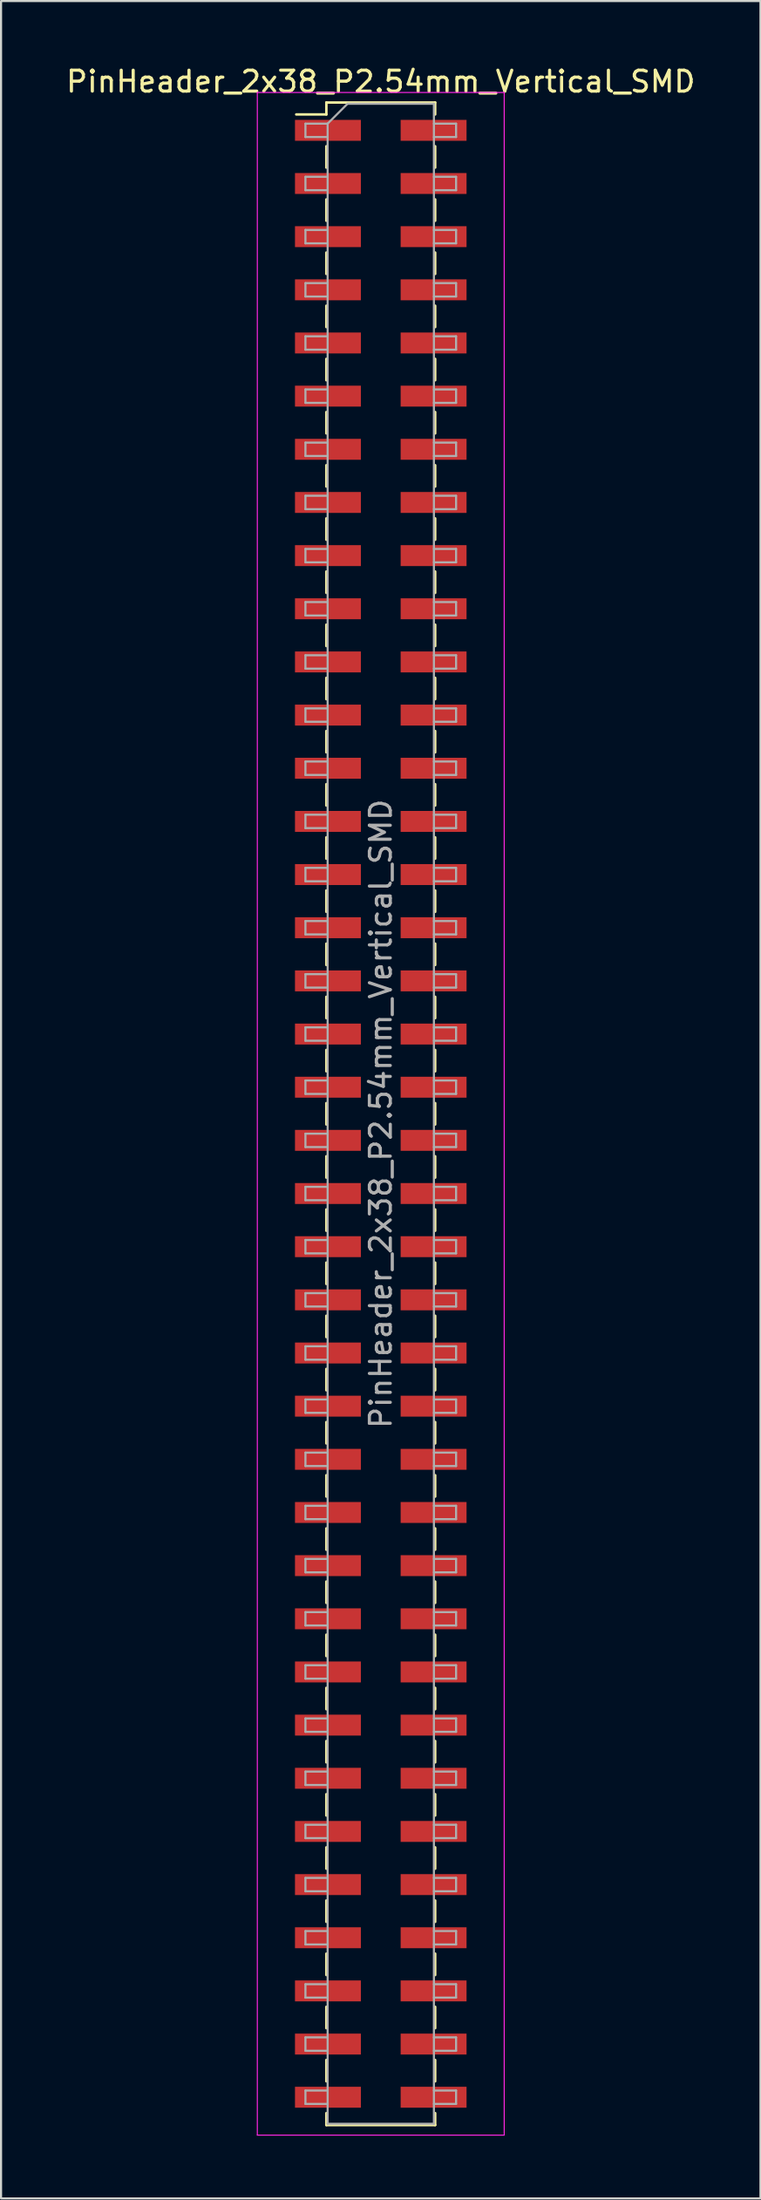
<source format=kicad_pcb>
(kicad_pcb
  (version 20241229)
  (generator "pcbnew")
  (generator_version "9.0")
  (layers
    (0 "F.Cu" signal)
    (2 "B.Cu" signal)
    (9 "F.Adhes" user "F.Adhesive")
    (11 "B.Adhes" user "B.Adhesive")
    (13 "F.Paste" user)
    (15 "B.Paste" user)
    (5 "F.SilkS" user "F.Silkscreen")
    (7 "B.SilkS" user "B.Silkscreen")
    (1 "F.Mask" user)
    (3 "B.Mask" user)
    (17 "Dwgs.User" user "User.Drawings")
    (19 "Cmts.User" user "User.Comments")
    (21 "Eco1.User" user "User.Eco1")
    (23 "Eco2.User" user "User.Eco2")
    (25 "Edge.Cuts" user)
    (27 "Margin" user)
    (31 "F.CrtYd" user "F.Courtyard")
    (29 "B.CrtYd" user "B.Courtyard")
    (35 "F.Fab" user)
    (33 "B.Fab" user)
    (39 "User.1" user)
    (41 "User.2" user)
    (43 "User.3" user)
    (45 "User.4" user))
  (footprint "PinHeader_2x38_P2.54mm_Vertical_SMD"
    (layer "F.Cu")
    (at 15.149 50.168)
    (property "Reference" "PinHeader_2x38_P2.54mm_Vertical_SMD" (at 0 -49.32 0) (layer "F.SilkS") (effects (font (size 1 1) (thickness 0.15))))
    (attr smd)
    (fp_line (start -4.04 -47.75) (end -2.6 -47.75) (stroke (width 0.12) (type solid)) (layer "F.SilkS"))
    (fp_line (start -2.6 -48.32) (end -2.6 -47.75) (stroke (width 0.12) (type solid)) (layer "F.SilkS"))
    (fp_line (start -2.6 -48.32) (end 2.6 -48.32) (stroke (width 0.12) (type solid)) (layer "F.SilkS"))
    (fp_line (start -2.6 -46.23) (end -2.6 -45.21) (stroke (width 0.12) (type solid)) (layer "F.SilkS"))
    (fp_line (start -2.6 -43.69) (end -2.6 -42.67) (stroke (width 0.12) (type solid)) (layer "F.SilkS"))
    (fp_line (start -2.6 -41.15) (end -2.6 -40.13) (stroke (width 0.12) (type solid)) (layer "F.SilkS"))
    (fp_line (start -2.6 -38.61) (end -2.6 -37.59) (stroke (width 0.12) (type solid)) (layer "F.SilkS"))
    (fp_line (start -2.6 -36.07) (end -2.6 -35.05) (stroke (width 0.12) (type solid)) (layer "F.SilkS"))
    (fp_line (start -2.6 -33.53) (end -2.6 -32.51) (stroke (width 0.12) (type solid)) (layer "F.SilkS"))
    (fp_line (start -2.6 -30.99) (end -2.6 -29.97) (stroke (width 0.12) (type solid)) (layer "F.SilkS"))
    (fp_line (start -2.6 -28.45) (end -2.6 -27.43) (stroke (width 0.12) (type solid)) (layer "F.SilkS"))
    (fp_line (start -2.6 -25.91) (end -2.6 -24.89) (stroke (width 0.12) (type solid)) (layer "F.SilkS"))
    (fp_line (start -2.6 -23.37) (end -2.6 -22.35) (stroke (width 0.12) (type solid)) (layer "F.SilkS"))
    (fp_line (start -2.6 -20.83) (end -2.6 -19.81) (stroke (width 0.12) (type solid)) (layer "F.SilkS"))
    (fp_line (start -2.6 -18.29) (end -2.6 -17.27) (stroke (width 0.12) (type solid)) (layer "F.SilkS"))
    (fp_line (start -2.6 -15.75) (end -2.6 -14.73) (stroke (width 0.12) (type solid)) (layer "F.SilkS"))
    (fp_line (start -2.6 -13.21) (end -2.6 -12.19) (stroke (width 0.12) (type solid)) (layer "F.SilkS"))
    (fp_line (start -2.6 -10.67) (end -2.6 -9.65) (stroke (width 0.12) (type solid)) (layer "F.SilkS"))
    (fp_line (start -2.6 -8.13) (end -2.6 -7.11) (stroke (width 0.12) (type solid)) (layer "F.SilkS"))
    (fp_line (start -2.6 -5.59) (end -2.6 -4.57) (stroke (width 0.12) (type solid)) (layer "F.SilkS"))
    (fp_line (start -2.6 -3.05) (end -2.6 -2.03) (stroke (width 0.12) (type solid)) (layer "F.SilkS"))
    (fp_line (start -2.6 -0.51) (end -2.6 0.51) (stroke (width 0.12) (type solid)) (layer "F.SilkS"))
    (fp_line (start -2.6 2.03) (end -2.6 3.05) (stroke (width 0.12) (type solid)) (layer "F.SilkS"))
    (fp_line (start -2.6 4.57) (end -2.6 5.59) (stroke (width 0.12) (type solid)) (layer "F.SilkS"))
    (fp_line (start -2.6 7.11) (end -2.6 8.13) (stroke (width 0.12) (type solid)) (layer "F.SilkS"))
    (fp_line (start -2.6 9.65) (end -2.6 10.67) (stroke (width 0.12) (type solid)) (layer "F.SilkS"))
    (fp_line (start -2.6 12.19) (end -2.6 13.21) (stroke (width 0.12) (type solid)) (layer "F.SilkS"))
    (fp_line (start -2.6 14.73) (end -2.6 15.75) (stroke (width 0.12) (type solid)) (layer "F.SilkS"))
    (fp_line (start -2.6 17.27) (end -2.6 18.29) (stroke (width 0.12) (type solid)) (layer "F.SilkS"))
    (fp_line (start -2.6 19.81) (end -2.6 20.83) (stroke (width 0.12) (type solid)) (layer "F.SilkS"))
    (fp_line (start -2.6 22.35) (end -2.6 23.37) (stroke (width 0.12) (type solid)) (layer "F.SilkS"))
    (fp_line (start -2.6 24.89) (end -2.6 25.91) (stroke (width 0.12) (type solid)) (layer "F.SilkS"))
    (fp_line (start -2.6 27.43) (end -2.6 28.45) (stroke (width 0.12) (type solid)) (layer "F.SilkS"))
    (fp_line (start -2.6 29.97) (end -2.6 30.99) (stroke (width 0.12) (type solid)) (layer "F.SilkS"))
    (fp_line (start -2.6 32.51) (end -2.6 33.53) (stroke (width 0.12) (type solid)) (layer "F.SilkS"))
    (fp_line (start -2.6 35.05) (end -2.6 36.07) (stroke (width 0.12) (type solid)) (layer "F.SilkS"))
    (fp_line (start -2.6 37.59) (end -2.6 38.61) (stroke (width 0.12) (type solid)) (layer "F.SilkS"))
    (fp_line (start -2.6 40.13) (end -2.6 41.15) (stroke (width 0.12) (type solid)) (layer "F.SilkS"))
    (fp_line (start -2.6 42.67) (end -2.6 43.69) (stroke (width 0.12) (type solid)) (layer "F.SilkS"))
    (fp_line (start -2.6 45.21) (end -2.6 46.23) (stroke (width 0.12) (type solid)) (layer "F.SilkS"))
    (fp_line (start -2.6 47.75) (end -2.6 48.32) (stroke (width 0.12) (type solid)) (layer "F.SilkS"))
    (fp_line (start -2.6 48.32) (end 2.6 48.32) (stroke (width 0.12) (type solid)) (layer "F.SilkS"))
    (fp_line (start 2.6 -48.32) (end 2.6 -47.75) (stroke (width 0.12) (type solid)) (layer "F.SilkS"))
    (fp_line (start 2.6 -46.23) (end 2.6 -45.21) (stroke (width 0.12) (type solid)) (layer "F.SilkS"))
    (fp_line (start 2.6 -43.69) (end 2.6 -42.67) (stroke (width 0.12) (type solid)) (layer "F.SilkS"))
    (fp_line (start 2.6 -41.15) (end 2.6 -40.13) (stroke (width 0.12) (type solid)) (layer "F.SilkS"))
    (fp_line (start 2.6 -38.61) (end 2.6 -37.59) (stroke (width 0.12) (type solid)) (layer "F.SilkS"))
    (fp_line (start 2.6 -36.07) (end 2.6 -35.05) (stroke (width 0.12) (type solid)) (layer "F.SilkS"))
    (fp_line (start 2.6 -33.53) (end 2.6 -32.51) (stroke (width 0.12) (type solid)) (layer "F.SilkS"))
    (fp_line (start 2.6 -30.99) (end 2.6 -29.97) (stroke (width 0.12) (type solid)) (layer "F.SilkS"))
    (fp_line (start 2.6 -28.45) (end 2.6 -27.43) (stroke (width 0.12) (type solid)) (layer "F.SilkS"))
    (fp_line (start 2.6 -25.91) (end 2.6 -24.89) (stroke (width 0.12) (type solid)) (layer "F.SilkS"))
    (fp_line (start 2.6 -23.37) (end 2.6 -22.35) (stroke (width 0.12) (type solid)) (layer "F.SilkS"))
    (fp_line (start 2.6 -20.83) (end 2.6 -19.81) (stroke (width 0.12) (type solid)) (layer "F.SilkS"))
    (fp_line (start 2.6 -18.29) (end 2.6 -17.27) (stroke (width 0.12) (type solid)) (layer "F.SilkS"))
    (fp_line (start 2.6 -15.75) (end 2.6 -14.73) (stroke (width 0.12) (type solid)) (layer "F.SilkS"))
    (fp_line (start 2.6 -13.21) (end 2.6 -12.19) (stroke (width 0.12) (type solid)) (layer "F.SilkS"))
    (fp_line (start 2.6 -10.67) (end 2.6 -9.65) (stroke (width 0.12) (type solid)) (layer "F.SilkS"))
    (fp_line (start 2.6 -8.13) (end 2.6 -7.11) (stroke (width 0.12) (type solid)) (layer "F.SilkS"))
    (fp_line (start 2.6 -5.59) (end 2.6 -4.57) (stroke (width 0.12) (type solid)) (layer "F.SilkS"))
    (fp_line (start 2.6 -3.05) (end 2.6 -2.03) (stroke (width 0.12) (type solid)) (layer "F.SilkS"))
    (fp_line (start 2.6 -0.51) (end 2.6 0.51) (stroke (width 0.12) (type solid)) (layer "F.SilkS"))
    (fp_line (start 2.6 2.03) (end 2.6 3.05) (stroke (width 0.12) (type solid)) (layer "F.SilkS"))
    (fp_line (start 2.6 4.57) (end 2.6 5.59) (stroke (width 0.12) (type solid)) (layer "F.SilkS"))
    (fp_line (start 2.6 7.11) (end 2.6 8.13) (stroke (width 0.12) (type solid)) (layer "F.SilkS"))
    (fp_line (start 2.6 9.65) (end 2.6 10.67) (stroke (width 0.12) (type solid)) (layer "F.SilkS"))
    (fp_line (start 2.6 12.19) (end 2.6 13.21) (stroke (width 0.12) (type solid)) (layer "F.SilkS"))
    (fp_line (start 2.6 14.73) (end 2.6 15.75) (stroke (width 0.12) (type solid)) (layer "F.SilkS"))
    (fp_line (start 2.6 17.27) (end 2.6 18.29) (stroke (width 0.12) (type solid)) (layer "F.SilkS"))
    (fp_line (start 2.6 19.81) (end 2.6 20.83) (stroke (width 0.12) (type solid)) (layer "F.SilkS"))
    (fp_line (start 2.6 22.35) (end 2.6 23.37) (stroke (width 0.12) (type solid)) (layer "F.SilkS"))
    (fp_line (start 2.6 24.89) (end 2.6 25.91) (stroke (width 0.12) (type solid)) (layer "F.SilkS"))
    (fp_line (start 2.6 27.43) (end 2.6 28.45) (stroke (width 0.12) (type solid)) (layer "F.SilkS"))
    (fp_line (start 2.6 29.97) (end 2.6 30.99) (stroke (width 0.12) (type solid)) (layer "F.SilkS"))
    (fp_line (start 2.6 32.51) (end 2.6 33.53) (stroke (width 0.12) (type solid)) (layer "F.SilkS"))
    (fp_line (start 2.6 35.05) (end 2.6 36.07) (stroke (width 0.12) (type solid)) (layer "F.SilkS"))
    (fp_line (start 2.6 37.59) (end 2.6 38.61) (stroke (width 0.12) (type solid)) (layer "F.SilkS"))
    (fp_line (start 2.6 40.13) (end 2.6 41.15) (stroke (width 0.12) (type solid)) (layer "F.SilkS"))
    (fp_line (start 2.6 42.67) (end 2.6 43.69) (stroke (width 0.12) (type solid)) (layer "F.SilkS"))
    (fp_line (start 2.6 45.21) (end 2.6 46.23) (stroke (width 0.12) (type solid)) (layer "F.SilkS"))
    (fp_line (start 2.6 47.75) (end 2.6 48.32) (stroke (width 0.12) (type solid)) (layer "F.SilkS"))
    (fp_line (start -5.9 -48.8) (end -5.9 48.8) (stroke (width 0.05) (type solid)) (layer "F.CrtYd"))
    (fp_line (start -5.9 48.8) (end 5.9 48.8) (stroke (width 0.05) (type solid)) (layer "F.CrtYd"))
    (fp_line (start 5.9 -48.8) (end -5.9 -48.8) (stroke (width 0.05) (type solid)) (layer "F.CrtYd"))
    (fp_line (start 5.9 48.8) (end 5.9 -48.8) (stroke (width 0.05) (type solid)) (layer "F.CrtYd"))
    (fp_line (start -3.6 -47.31) (end -3.6 -46.67) (stroke (width 0.1) (type solid)) (layer "F.Fab"))
    (fp_line (start -3.6 -46.67) (end -2.54 -46.67) (stroke (width 0.1) (type solid)) (layer "F.Fab"))
    (fp_line (start -3.6 -44.77) (end -3.6 -44.13) (stroke (width 0.1) (type solid)) (layer "F.Fab"))
    (fp_line (start -3.6 -44.13) (end -2.54 -44.13) (stroke (width 0.1) (type solid)) (layer "F.Fab"))
    (fp_line (start -3.6 -42.23) (end -3.6 -41.59) (stroke (width 0.1) (type solid)) (layer "F.Fab"))
    (fp_line (start -3.6 -41.59) (end -2.54 -41.59) (stroke (width 0.1) (type solid)) (layer "F.Fab"))
    (fp_line (start -3.6 -39.69) (end -3.6 -39.05) (stroke (width 0.1) (type solid)) (layer "F.Fab"))
    (fp_line (start -3.6 -39.05) (end -2.54 -39.05) (stroke (width 0.1) (type solid)) (layer "F.Fab"))
    (fp_line (start -3.6 -37.15) (end -3.6 -36.51) (stroke (width 0.1) (type solid)) (layer "F.Fab"))
    (fp_line (start -3.6 -36.51) (end -2.54 -36.51) (stroke (width 0.1) (type solid)) (layer "F.Fab"))
    (fp_line (start -3.6 -34.61) (end -3.6 -33.97) (stroke (width 0.1) (type solid)) (layer "F.Fab"))
    (fp_line (start -3.6 -33.97) (end -2.54 -33.97) (stroke (width 0.1) (type solid)) (layer "F.Fab"))
    (fp_line (start -3.6 -32.07) (end -3.6 -31.43) (stroke (width 0.1) (type solid)) (layer "F.Fab"))
    (fp_line (start -3.6 -31.43) (end -2.54 -31.43) (stroke (width 0.1) (type solid)) (layer "F.Fab"))
    (fp_line (start -3.6 -29.53) (end -3.6 -28.89) (stroke (width 0.1) (type solid)) (layer "F.Fab"))
    (fp_line (start -3.6 -28.89) (end -2.54 -28.89) (stroke (width 0.1) (type solid)) (layer "F.Fab"))
    (fp_line (start -3.6 -26.99) (end -3.6 -26.35) (stroke (width 0.1) (type solid)) (layer "F.Fab"))
    (fp_line (start -3.6 -26.35) (end -2.54 -26.35) (stroke (width 0.1) (type solid)) (layer "F.Fab"))
    (fp_line (start -3.6 -24.45) (end -3.6 -23.81) (stroke (width 0.1) (type solid)) (layer "F.Fab"))
    (fp_line (start -3.6 -23.81) (end -2.54 -23.81) (stroke (width 0.1) (type solid)) (layer "F.Fab"))
    (fp_line (start -3.6 -21.91) (end -3.6 -21.27) (stroke (width 0.1) (type solid)) (layer "F.Fab"))
    (fp_line (start -3.6 -21.27) (end -2.54 -21.27) (stroke (width 0.1) (type solid)) (layer "F.Fab"))
    (fp_line (start -3.6 -19.37) (end -3.6 -18.73) (stroke (width 0.1) (type solid)) (layer "F.Fab"))
    (fp_line (start -3.6 -18.73) (end -2.54 -18.73) (stroke (width 0.1) (type solid)) (layer "F.Fab"))
    (fp_line (start -3.6 -16.83) (end -3.6 -16.19) (stroke (width 0.1) (type solid)) (layer "F.Fab"))
    (fp_line (start -3.6 -16.19) (end -2.54 -16.19) (stroke (width 0.1) (type solid)) (layer "F.Fab"))
    (fp_line (start -3.6 -14.29) (end -3.6 -13.65) (stroke (width 0.1) (type solid)) (layer "F.Fab"))
    (fp_line (start -3.6 -13.65) (end -2.54 -13.65) (stroke (width 0.1) (type solid)) (layer "F.Fab"))
    (fp_line (start -3.6 -11.75) (end -3.6 -11.11) (stroke (width 0.1) (type solid)) (layer "F.Fab"))
    (fp_line (start -3.6 -11.11) (end -2.54 -11.11) (stroke (width 0.1) (type solid)) (layer "F.Fab"))
    (fp_line (start -3.6 -9.21) (end -3.6 -8.57) (stroke (width 0.1) (type solid)) (layer "F.Fab"))
    (fp_line (start -3.6 -8.57) (end -2.54 -8.57) (stroke (width 0.1) (type solid)) (layer "F.Fab"))
    (fp_line (start -3.6 -6.67) (end -3.6 -6.03) (stroke (width 0.1) (type solid)) (layer "F.Fab"))
    (fp_line (start -3.6 -6.03) (end -2.54 -6.03) (stroke (width 0.1) (type solid)) (layer "F.Fab"))
    (fp_line (start -3.6 -4.13) (end -3.6 -3.49) (stroke (width 0.1) (type solid)) (layer "F.Fab"))
    (fp_line (start -3.6 -3.49) (end -2.54 -3.49) (stroke (width 0.1) (type solid)) (layer "F.Fab"))
    (fp_line (start -3.6 -1.59) (end -3.6 -0.95) (stroke (width 0.1) (type solid)) (layer "F.Fab"))
    (fp_line (start -3.6 -0.95) (end -2.54 -0.95) (stroke (width 0.1) (type solid)) (layer "F.Fab"))
    (fp_line (start -3.6 0.95) (end -3.6 1.59) (stroke (width 0.1) (type solid)) (layer "F.Fab"))
    (fp_line (start -3.6 1.59) (end -2.54 1.59) (stroke (width 0.1) (type solid)) (layer "F.Fab"))
    (fp_line (start -3.6 3.49) (end -3.6 4.13) (stroke (width 0.1) (type solid)) (layer "F.Fab"))
    (fp_line (start -3.6 4.13) (end -2.54 4.13) (stroke (width 0.1) (type solid)) (layer "F.Fab"))
    (fp_line (start -3.6 6.03) (end -3.6 6.67) (stroke (width 0.1) (type solid)) (layer "F.Fab"))
    (fp_line (start -3.6 6.67) (end -2.54 6.67) (stroke (width 0.1) (type solid)) (layer "F.Fab"))
    (fp_line (start -3.6 8.57) (end -3.6 9.21) (stroke (width 0.1) (type solid)) (layer "F.Fab"))
    (fp_line (start -3.6 9.21) (end -2.54 9.21) (stroke (width 0.1) (type solid)) (layer "F.Fab"))
    (fp_line (start -3.6 11.11) (end -3.6 11.75) (stroke (width 0.1) (type solid)) (layer "F.Fab"))
    (fp_line (start -3.6 11.75) (end -2.54 11.75) (stroke (width 0.1) (type solid)) (layer "F.Fab"))
    (fp_line (start -3.6 13.65) (end -3.6 14.29) (stroke (width 0.1) (type solid)) (layer "F.Fab"))
    (fp_line (start -3.6 14.29) (end -2.54 14.29) (stroke (width 0.1) (type solid)) (layer "F.Fab"))
    (fp_line (start -3.6 16.19) (end -3.6 16.83) (stroke (width 0.1) (type solid)) (layer "F.Fab"))
    (fp_line (start -3.6 16.83) (end -2.54 16.83) (stroke (width 0.1) (type solid)) (layer "F.Fab"))
    (fp_line (start -3.6 18.73) (end -3.6 19.37) (stroke (width 0.1) (type solid)) (layer "F.Fab"))
    (fp_line (start -3.6 19.37) (end -2.54 19.37) (stroke (width 0.1) (type solid)) (layer "F.Fab"))
    (fp_line (start -3.6 21.27) (end -3.6 21.91) (stroke (width 0.1) (type solid)) (layer "F.Fab"))
    (fp_line (start -3.6 21.91) (end -2.54 21.91) (stroke (width 0.1) (type solid)) (layer "F.Fab"))
    (fp_line (start -3.6 23.81) (end -3.6 24.45) (stroke (width 0.1) (type solid)) (layer "F.Fab"))
    (fp_line (start -3.6 24.45) (end -2.54 24.45) (stroke (width 0.1) (type solid)) (layer "F.Fab"))
    (fp_line (start -3.6 26.35) (end -3.6 26.99) (stroke (width 0.1) (type solid)) (layer "F.Fab"))
    (fp_line (start -3.6 26.99) (end -2.54 26.99) (stroke (width 0.1) (type solid)) (layer "F.Fab"))
    (fp_line (start -3.6 28.89) (end -3.6 29.53) (stroke (width 0.1) (type solid)) (layer "F.Fab"))
    (fp_line (start -3.6 29.53) (end -2.54 29.53) (stroke (width 0.1) (type solid)) (layer "F.Fab"))
    (fp_line (start -3.6 31.43) (end -3.6 32.07) (stroke (width 0.1) (type solid)) (layer "F.Fab"))
    (fp_line (start -3.6 32.07) (end -2.54 32.07) (stroke (width 0.1) (type solid)) (layer "F.Fab"))
    (fp_line (start -3.6 33.97) (end -3.6 34.61) (stroke (width 0.1) (type solid)) (layer "F.Fab"))
    (fp_line (start -3.6 34.61) (end -2.54 34.61) (stroke (width 0.1) (type solid)) (layer "F.Fab"))
    (fp_line (start -3.6 36.51) (end -3.6 37.15) (stroke (width 0.1) (type solid)) (layer "F.Fab"))
    (fp_line (start -3.6 37.15) (end -2.54 37.15) (stroke (width 0.1) (type solid)) (layer "F.Fab"))
    (fp_line (start -3.6 39.05) (end -3.6 39.69) (stroke (width 0.1) (type solid)) (layer "F.Fab"))
    (fp_line (start -3.6 39.69) (end -2.54 39.69) (stroke (width 0.1) (type solid)) (layer "F.Fab"))
    (fp_line (start -3.6 41.59) (end -3.6 42.23) (stroke (width 0.1) (type solid)) (layer "F.Fab"))
    (fp_line (start -3.6 42.23) (end -2.54 42.23) (stroke (width 0.1) (type solid)) (layer "F.Fab"))
    (fp_line (start -3.6 44.13) (end -3.6 44.77) (stroke (width 0.1) (type solid)) (layer "F.Fab"))
    (fp_line (start -3.6 44.77) (end -2.54 44.77) (stroke (width 0.1) (type solid)) (layer "F.Fab"))
    (fp_line (start -3.6 46.67) (end -3.6 47.31) (stroke (width 0.1) (type solid)) (layer "F.Fab"))
    (fp_line (start -3.6 47.31) (end -2.54 47.31) (stroke (width 0.1) (type solid)) (layer "F.Fab"))
    (fp_line (start -2.54 -47.31) (end -3.6 -47.31) (stroke (width 0.1) (type solid)) (layer "F.Fab"))
    (fp_line (start -2.54 -47.31) (end -1.59 -48.26) (stroke (width 0.1) (type solid)) (layer "F.Fab"))
    (fp_line (start -2.54 -44.77) (end -3.6 -44.77) (stroke (width 0.1) (type solid)) (layer "F.Fab"))
    (fp_line (start -2.54 -42.23) (end -3.6 -42.23) (stroke (width 0.1) (type solid)) (layer "F.Fab"))
    (fp_line (start -2.54 -39.69) (end -3.6 -39.69) (stroke (width 0.1) (type solid)) (layer "F.Fab"))
    (fp_line (start -2.54 -37.15) (end -3.6 -37.15) (stroke (width 0.1) (type solid)) (layer "F.Fab"))
    (fp_line (start -2.54 -34.61) (end -3.6 -34.61) (stroke (width 0.1) (type solid)) (layer "F.Fab"))
    (fp_line (start -2.54 -32.07) (end -3.6 -32.07) (stroke (width 0.1) (type solid)) (layer "F.Fab"))
    (fp_line (start -2.54 -29.53) (end -3.6 -29.53) (stroke (width 0.1) (type solid)) (layer "F.Fab"))
    (fp_line (start -2.54 -26.99) (end -3.6 -26.99) (stroke (width 0.1) (type solid)) (layer "F.Fab"))
    (fp_line (start -2.54 -24.45) (end -3.6 -24.45) (stroke (width 0.1) (type solid)) (layer "F.Fab"))
    (fp_line (start -2.54 -21.91) (end -3.6 -21.91) (stroke (width 0.1) (type solid)) (layer "F.Fab"))
    (fp_line (start -2.54 -19.37) (end -3.6 -19.37) (stroke (width 0.1) (type solid)) (layer "F.Fab"))
    (fp_line (start -2.54 -16.83) (end -3.6 -16.83) (stroke (width 0.1) (type solid)) (layer "F.Fab"))
    (fp_line (start -2.54 -14.29) (end -3.6 -14.29) (stroke (width 0.1) (type solid)) (layer "F.Fab"))
    (fp_line (start -2.54 -11.75) (end -3.6 -11.75) (stroke (width 0.1) (type solid)) (layer "F.Fab"))
    (fp_line (start -2.54 -9.21) (end -3.6 -9.21) (stroke (width 0.1) (type solid)) (layer "F.Fab"))
    (fp_line (start -2.54 -6.67) (end -3.6 -6.67) (stroke (width 0.1) (type solid)) (layer "F.Fab"))
    (fp_line (start -2.54 -4.13) (end -3.6 -4.13) (stroke (width 0.1) (type solid)) (layer "F.Fab"))
    (fp_line (start -2.54 -1.59) (end -3.6 -1.59) (stroke (width 0.1) (type solid)) (layer "F.Fab"))
    (fp_line (start -2.54 0.95) (end -3.6 0.95) (stroke (width 0.1) (type solid)) (layer "F.Fab"))
    (fp_line (start -2.54 3.49) (end -3.6 3.49) (stroke (width 0.1) (type solid)) (layer "F.Fab"))
    (fp_line (start -2.54 6.03) (end -3.6 6.03) (stroke (width 0.1) (type solid)) (layer "F.Fab"))
    (fp_line (start -2.54 8.57) (end -3.6 8.57) (stroke (width 0.1) (type solid)) (layer "F.Fab"))
    (fp_line (start -2.54 11.11) (end -3.6 11.11) (stroke (width 0.1) (type solid)) (layer "F.Fab"))
    (fp_line (start -2.54 13.65) (end -3.6 13.65) (stroke (width 0.1) (type solid)) (layer "F.Fab"))
    (fp_line (start -2.54 16.19) (end -3.6 16.19) (stroke (width 0.1) (type solid)) (layer "F.Fab"))
    (fp_line (start -2.54 18.73) (end -3.6 18.73) (stroke (width 0.1) (type solid)) (layer "F.Fab"))
    (fp_line (start -2.54 21.27) (end -3.6 21.27) (stroke (width 0.1) (type solid)) (layer "F.Fab"))
    (fp_line (start -2.54 23.81) (end -3.6 23.81) (stroke (width 0.1) (type solid)) (layer "F.Fab"))
    (fp_line (start -2.54 26.35) (end -3.6 26.35) (stroke (width 0.1) (type solid)) (layer "F.Fab"))
    (fp_line (start -2.54 28.89) (end -3.6 28.89) (stroke (width 0.1) (type solid)) (layer "F.Fab"))
    (fp_line (start -2.54 31.43) (end -3.6 31.43) (stroke (width 0.1) (type solid)) (layer "F.Fab"))
    (fp_line (start -2.54 33.97) (end -3.6 33.97) (stroke (width 0.1) (type solid)) (layer "F.Fab"))
    (fp_line (start -2.54 36.51) (end -3.6 36.51) (stroke (width 0.1) (type solid)) (layer "F.Fab"))
    (fp_line (start -2.54 39.05) (end -3.6 39.05) (stroke (width 0.1) (type solid)) (layer "F.Fab"))
    (fp_line (start -2.54 41.59) (end -3.6 41.59) (stroke (width 0.1) (type solid)) (layer "F.Fab"))
    (fp_line (start -2.54 44.13) (end -3.6 44.13) (stroke (width 0.1) (type solid)) (layer "F.Fab"))
    (fp_line (start -2.54 46.67) (end -3.6 46.67) (stroke (width 0.1) (type solid)) (layer "F.Fab"))
    (fp_line (start -2.54 48.26) (end -2.54 -47.31) (stroke (width 0.1) (type solid)) (layer "F.Fab"))
    (fp_line (start -1.59 -48.26) (end 2.54 -48.26) (stroke (width 0.1) (type solid)) (layer "F.Fab"))
    (fp_line (start 2.54 -48.26) (end 2.54 48.26) (stroke (width 0.1) (type solid)) (layer "F.Fab"))
    (fp_line (start 2.54 -47.31) (end 3.6 -47.31) (stroke (width 0.1) (type solid)) (layer "F.Fab"))
    (fp_line (start 2.54 -44.77) (end 3.6 -44.77) (stroke (width 0.1) (type solid)) (layer "F.Fab"))
    (fp_line (start 2.54 -42.23) (end 3.6 -42.23) (stroke (width 0.1) (type solid)) (layer "F.Fab"))
    (fp_line (start 2.54 -39.69) (end 3.6 -39.69) (stroke (width 0.1) (type solid)) (layer "F.Fab"))
    (fp_line (start 2.54 -37.15) (end 3.6 -37.15) (stroke (width 0.1) (type solid)) (layer "F.Fab"))
    (fp_line (start 2.54 -34.61) (end 3.6 -34.61) (stroke (width 0.1) (type solid)) (layer "F.Fab"))
    (fp_line (start 2.54 -32.07) (end 3.6 -32.07) (stroke (width 0.1) (type solid)) (layer "F.Fab"))
    (fp_line (start 2.54 -29.53) (end 3.6 -29.53) (stroke (width 0.1) (type solid)) (layer "F.Fab"))
    (fp_line (start 2.54 -26.99) (end 3.6 -26.99) (stroke (width 0.1) (type solid)) (layer "F.Fab"))
    (fp_line (start 2.54 -24.45) (end 3.6 -24.45) (stroke (width 0.1) (type solid)) (layer "F.Fab"))
    (fp_line (start 2.54 -21.91) (end 3.6 -21.91) (stroke (width 0.1) (type solid)) (layer "F.Fab"))
    (fp_line (start 2.54 -19.37) (end 3.6 -19.37) (stroke (width 0.1) (type solid)) (layer "F.Fab"))
    (fp_line (start 2.54 -16.83) (end 3.6 -16.83) (stroke (width 0.1) (type solid)) (layer "F.Fab"))
    (fp_line (start 2.54 -14.29) (end 3.6 -14.29) (stroke (width 0.1) (type solid)) (layer "F.Fab"))
    (fp_line (start 2.54 -11.75) (end 3.6 -11.75) (stroke (width 0.1) (type solid)) (layer "F.Fab"))
    (fp_line (start 2.54 -9.21) (end 3.6 -9.21) (stroke (width 0.1) (type solid)) (layer "F.Fab"))
    (fp_line (start 2.54 -6.67) (end 3.6 -6.67) (stroke (width 0.1) (type solid)) (layer "F.Fab"))
    (fp_line (start 2.54 -4.13) (end 3.6 -4.13) (stroke (width 0.1) (type solid)) (layer "F.Fab"))
    (fp_line (start 2.54 -1.59) (end 3.6 -1.59) (stroke (width 0.1) (type solid)) (layer "F.Fab"))
    (fp_line (start 2.54 0.95) (end 3.6 0.95) (stroke (width 0.1) (type solid)) (layer "F.Fab"))
    (fp_line (start 2.54 3.49) (end 3.6 3.49) (stroke (width 0.1) (type solid)) (layer "F.Fab"))
    (fp_line (start 2.54 6.03) (end 3.6 6.03) (stroke (width 0.1) (type solid)) (layer "F.Fab"))
    (fp_line (start 2.54 8.57) (end 3.6 8.57) (stroke (width 0.1) (type solid)) (layer "F.Fab"))
    (fp_line (start 2.54 11.11) (end 3.6 11.11) (stroke (width 0.1) (type solid)) (layer "F.Fab"))
    (fp_line (start 2.54 13.65) (end 3.6 13.65) (stroke (width 0.1) (type solid)) (layer "F.Fab"))
    (fp_line (start 2.54 16.19) (end 3.6 16.19) (stroke (width 0.1) (type solid)) (layer "F.Fab"))
    (fp_line (start 2.54 18.73) (end 3.6 18.73) (stroke (width 0.1) (type solid)) (layer "F.Fab"))
    (fp_line (start 2.54 21.27) (end 3.6 21.27) (stroke (width 0.1) (type solid)) (layer "F.Fab"))
    (fp_line (start 2.54 23.81) (end 3.6 23.81) (stroke (width 0.1) (type solid)) (layer "F.Fab"))
    (fp_line (start 2.54 26.35) (end 3.6 26.35) (stroke (width 0.1) (type solid)) (layer "F.Fab"))
    (fp_line (start 2.54 28.89) (end 3.6 28.89) (stroke (width 0.1) (type solid)) (layer "F.Fab"))
    (fp_line (start 2.54 31.43) (end 3.6 31.43) (stroke (width 0.1) (type solid)) (layer "F.Fab"))
    (fp_line (start 2.54 33.97) (end 3.6 33.97) (stroke (width 0.1) (type solid)) (layer "F.Fab"))
    (fp_line (start 2.54 36.51) (end 3.6 36.51) (stroke (width 0.1) (type solid)) (layer "F.Fab"))
    (fp_line (start 2.54 39.05) (end 3.6 39.05) (stroke (width 0.1) (type solid)) (layer "F.Fab"))
    (fp_line (start 2.54 41.59) (end 3.6 41.59) (stroke (width 0.1) (type solid)) (layer "F.Fab"))
    (fp_line (start 2.54 44.13) (end 3.6 44.13) (stroke (width 0.1) (type solid)) (layer "F.Fab"))
    (fp_line (start 2.54 46.67) (end 3.6 46.67) (stroke (width 0.1) (type solid)) (layer "F.Fab"))
    (fp_line (start 2.54 48.26) (end -2.54 48.26) (stroke (width 0.1) (type solid)) (layer "F.Fab"))
    (fp_line (start 3.6 -47.31) (end 3.6 -46.67) (stroke (width 0.1) (type solid)) (layer "F.Fab"))
    (fp_line (start 3.6 -46.67) (end 2.54 -46.67) (stroke (width 0.1) (type solid)) (layer "F.Fab"))
    (fp_line (start 3.6 -44.77) (end 3.6 -44.13) (stroke (width 0.1) (type solid)) (layer "F.Fab"))
    (fp_line (start 3.6 -44.13) (end 2.54 -44.13) (stroke (width 0.1) (type solid)) (layer "F.Fab"))
    (fp_line (start 3.6 -42.23) (end 3.6 -41.59) (stroke (width 0.1) (type solid)) (layer "F.Fab"))
    (fp_line (start 3.6 -41.59) (end 2.54 -41.59) (stroke (width 0.1) (type solid)) (layer "F.Fab"))
    (fp_line (start 3.6 -39.69) (end 3.6 -39.05) (stroke (width 0.1) (type solid)) (layer "F.Fab"))
    (fp_line (start 3.6 -39.05) (end 2.54 -39.05) (stroke (width 0.1) (type solid)) (layer "F.Fab"))
    (fp_line (start 3.6 -37.15) (end 3.6 -36.51) (stroke (width 0.1) (type solid)) (layer "F.Fab"))
    (fp_line (start 3.6 -36.51) (end 2.54 -36.51) (stroke (width 0.1) (type solid)) (layer "F.Fab"))
    (fp_line (start 3.6 -34.61) (end 3.6 -33.97) (stroke (width 0.1) (type solid)) (layer "F.Fab"))
    (fp_line (start 3.6 -33.97) (end 2.54 -33.97) (stroke (width 0.1) (type solid)) (layer "F.Fab"))
    (fp_line (start 3.6 -32.07) (end 3.6 -31.43) (stroke (width 0.1) (type solid)) (layer "F.Fab"))
    (fp_line (start 3.6 -31.43) (end 2.54 -31.43) (stroke (width 0.1) (type solid)) (layer "F.Fab"))
    (fp_line (start 3.6 -29.53) (end 3.6 -28.89) (stroke (width 0.1) (type solid)) (layer "F.Fab"))
    (fp_line (start 3.6 -28.89) (end 2.54 -28.89) (stroke (width 0.1) (type solid)) (layer "F.Fab"))
    (fp_line (start 3.6 -26.99) (end 3.6 -26.35) (stroke (width 0.1) (type solid)) (layer "F.Fab"))
    (fp_line (start 3.6 -26.35) (end 2.54 -26.35) (stroke (width 0.1) (type solid)) (layer "F.Fab"))
    (fp_line (start 3.6 -24.45) (end 3.6 -23.81) (stroke (width 0.1) (type solid)) (layer "F.Fab"))
    (fp_line (start 3.6 -23.81) (end 2.54 -23.81) (stroke (width 0.1) (type solid)) (layer "F.Fab"))
    (fp_line (start 3.6 -21.91) (end 3.6 -21.27) (stroke (width 0.1) (type solid)) (layer "F.Fab"))
    (fp_line (start 3.6 -21.27) (end 2.54 -21.27) (stroke (width 0.1) (type solid)) (layer "F.Fab"))
    (fp_line (start 3.6 -19.37) (end 3.6 -18.73) (stroke (width 0.1) (type solid)) (layer "F.Fab"))
    (fp_line (start 3.6 -18.73) (end 2.54 -18.73) (stroke (width 0.1) (type solid)) (layer "F.Fab"))
    (fp_line (start 3.6 -16.83) (end 3.6 -16.19) (stroke (width 0.1) (type solid)) (layer "F.Fab"))
    (fp_line (start 3.6 -16.19) (end 2.54 -16.19) (stroke (width 0.1) (type solid)) (layer "F.Fab"))
    (fp_line (start 3.6 -14.29) (end 3.6 -13.65) (stroke (width 0.1) (type solid)) (layer "F.Fab"))
    (fp_line (start 3.6 -13.65) (end 2.54 -13.65) (stroke (width 0.1) (type solid)) (layer "F.Fab"))
    (fp_line (start 3.6 -11.75) (end 3.6 -11.11) (stroke (width 0.1) (type solid)) (layer "F.Fab"))
    (fp_line (start 3.6 -11.11) (end 2.54 -11.11) (stroke (width 0.1) (type solid)) (layer "F.Fab"))
    (fp_line (start 3.6 -9.21) (end 3.6 -8.57) (stroke (width 0.1) (type solid)) (layer "F.Fab"))
    (fp_line (start 3.6 -8.57) (end 2.54 -8.57) (stroke (width 0.1) (type solid)) (layer "F.Fab"))
    (fp_line (start 3.6 -6.67) (end 3.6 -6.03) (stroke (width 0.1) (type solid)) (layer "F.Fab"))
    (fp_line (start 3.6 -6.03) (end 2.54 -6.03) (stroke (width 0.1) (type solid)) (layer "F.Fab"))
    (fp_line (start 3.6 -4.13) (end 3.6 -3.49) (stroke (width 0.1) (type solid)) (layer "F.Fab"))
    (fp_line (start 3.6 -3.49) (end 2.54 -3.49) (stroke (width 0.1) (type solid)) (layer "F.Fab"))
    (fp_line (start 3.6 -1.59) (end 3.6 -0.95) (stroke (width 0.1) (type solid)) (layer "F.Fab"))
    (fp_line (start 3.6 -0.95) (end 2.54 -0.95) (stroke (width 0.1) (type solid)) (layer "F.Fab"))
    (fp_line (start 3.6 0.95) (end 3.6 1.59) (stroke (width 0.1) (type solid)) (layer "F.Fab"))
    (fp_line (start 3.6 1.59) (end 2.54 1.59) (stroke (width 0.1) (type solid)) (layer "F.Fab"))
    (fp_line (start 3.6 3.49) (end 3.6 4.13) (stroke (width 0.1) (type solid)) (layer "F.Fab"))
    (fp_line (start 3.6 4.13) (end 2.54 4.13) (stroke (width 0.1) (type solid)) (layer "F.Fab"))
    (fp_line (start 3.6 6.03) (end 3.6 6.67) (stroke (width 0.1) (type solid)) (layer "F.Fab"))
    (fp_line (start 3.6 6.67) (end 2.54 6.67) (stroke (width 0.1) (type solid)) (layer "F.Fab"))
    (fp_line (start 3.6 8.57) (end 3.6 9.21) (stroke (width 0.1) (type solid)) (layer "F.Fab"))
    (fp_line (start 3.6 9.21) (end 2.54 9.21) (stroke (width 0.1) (type solid)) (layer "F.Fab"))
    (fp_line (start 3.6 11.11) (end 3.6 11.75) (stroke (width 0.1) (type solid)) (layer "F.Fab"))
    (fp_line (start 3.6 11.75) (end 2.54 11.75) (stroke (width 0.1) (type solid)) (layer "F.Fab"))
    (fp_line (start 3.6 13.65) (end 3.6 14.29) (stroke (width 0.1) (type solid)) (layer "F.Fab"))
    (fp_line (start 3.6 14.29) (end 2.54 14.29) (stroke (width 0.1) (type solid)) (layer "F.Fab"))
    (fp_line (start 3.6 16.19) (end 3.6 16.83) (stroke (width 0.1) (type solid)) (layer "F.Fab"))
    (fp_line (start 3.6 16.83) (end 2.54 16.83) (stroke (width 0.1) (type solid)) (layer "F.Fab"))
    (fp_line (start 3.6 18.73) (end 3.6 19.37) (stroke (width 0.1) (type solid)) (layer "F.Fab"))
    (fp_line (start 3.6 19.37) (end 2.54 19.37) (stroke (width 0.1) (type solid)) (layer "F.Fab"))
    (fp_line (start 3.6 21.27) (end 3.6 21.91) (stroke (width 0.1) (type solid)) (layer "F.Fab"))
    (fp_line (start 3.6 21.91) (end 2.54 21.91) (stroke (width 0.1) (type solid)) (layer "F.Fab"))
    (fp_line (start 3.6 23.81) (end 3.6 24.45) (stroke (width 0.1) (type solid)) (layer "F.Fab"))
    (fp_line (start 3.6 24.45) (end 2.54 24.45) (stroke (width 0.1) (type solid)) (layer "F.Fab"))
    (fp_line (start 3.6 26.35) (end 3.6 26.99) (stroke (width 0.1) (type solid)) (layer "F.Fab"))
    (fp_line (start 3.6 26.99) (end 2.54 26.99) (stroke (width 0.1) (type solid)) (layer "F.Fab"))
    (fp_line (start 3.6 28.89) (end 3.6 29.53) (stroke (width 0.1) (type solid)) (layer "F.Fab"))
    (fp_line (start 3.6 29.53) (end 2.54 29.53) (stroke (width 0.1) (type solid)) (layer "F.Fab"))
    (fp_line (start 3.6 31.43) (end 3.6 32.07) (stroke (width 0.1) (type solid)) (layer "F.Fab"))
    (fp_line (start 3.6 32.07) (end 2.54 32.07) (stroke (width 0.1) (type solid)) (layer "F.Fab"))
    (fp_line (start 3.6 33.97) (end 3.6 34.61) (stroke (width 0.1) (type solid)) (layer "F.Fab"))
    (fp_line (start 3.6 34.61) (end 2.54 34.61) (stroke (width 0.1) (type solid)) (layer "F.Fab"))
    (fp_line (start 3.6 36.51) (end 3.6 37.15) (stroke (width 0.1) (type solid)) (layer "F.Fab"))
    (fp_line (start 3.6 37.15) (end 2.54 37.15) (stroke (width 0.1) (type solid)) (layer "F.Fab"))
    (fp_line (start 3.6 39.05) (end 3.6 39.69) (stroke (width 0.1) (type solid)) (layer "F.Fab"))
    (fp_line (start 3.6 39.69) (end 2.54 39.69) (stroke (width 0.1) (type solid)) (layer "F.Fab"))
    (fp_line (start 3.6 41.59) (end 3.6 42.23) (stroke (width 0.1) (type solid)) (layer "F.Fab"))
    (fp_line (start 3.6 42.23) (end 2.54 42.23) (stroke (width 0.1) (type solid)) (layer "F.Fab"))
    (fp_line (start 3.6 44.13) (end 3.6 44.77) (stroke (width 0.1) (type solid)) (layer "F.Fab"))
    (fp_line (start 3.6 44.77) (end 2.54 44.77) (stroke (width 0.1) (type solid)) (layer "F.Fab"))
    (fp_line (start 3.6 46.67) (end 3.6 47.31) (stroke (width 0.1) (type solid)) (layer "F.Fab"))
    (fp_line (start 3.6 47.31) (end 2.54 47.31) (stroke (width 0.1) (type solid)) (layer "F.Fab"))
    (fp_text user "${REFERENCE}" (at 0 0 90) (layer "F.Fab") (effects (font (size 1 1) (thickness 0.15))))
    (pad "1" smd rect (at -2.525 -46.99) (size 3.15 1) (layers "F.Cu" "F.Mask" "F.Paste"))
    (pad "2" smd rect (at 2.525 -46.99) (size 3.15 1) (layers "F.Cu" "F.Mask" "F.Paste"))
    (pad "3" smd rect (at -2.525 -44.45) (size 3.15 1) (layers "F.Cu" "F.Mask" "F.Paste"))
    (pad "4" smd rect (at 2.525 -44.45) (size 3.15 1) (layers "F.Cu" "F.Mask" "F.Paste"))
    (pad "5" smd rect (at -2.525 -41.91) (size 3.15 1) (layers "F.Cu" "F.Mask" "F.Paste"))
    (pad "6" smd rect (at 2.525 -41.91) (size 3.15 1) (layers "F.Cu" "F.Mask" "F.Paste"))
    (pad "7" smd rect (at -2.525 -39.37) (size 3.15 1) (layers "F.Cu" "F.Mask" "F.Paste"))
    (pad "8" smd rect (at 2.525 -39.37) (size 3.15 1) (layers "F.Cu" "F.Mask" "F.Paste"))
    (pad "9" smd rect (at -2.525 -36.83) (size 3.15 1) (layers "F.Cu" "F.Mask" "F.Paste"))
    (pad "10" smd rect (at 2.525 -36.83) (size 3.15 1) (layers "F.Cu" "F.Mask" "F.Paste"))
    (pad "11" smd rect (at -2.525 -34.29) (size 3.15 1) (layers "F.Cu" "F.Mask" "F.Paste"))
    (pad "12" smd rect (at 2.525 -34.29) (size 3.15 1) (layers "F.Cu" "F.Mask" "F.Paste"))
    (pad "13" smd rect (at -2.525 -31.75) (size 3.15 1) (layers "F.Cu" "F.Mask" "F.Paste"))
    (pad "14" smd rect (at 2.525 -31.75) (size 3.15 1) (layers "F.Cu" "F.Mask" "F.Paste"))
    (pad "15" smd rect (at -2.525 -29.21) (size 3.15 1) (layers "F.Cu" "F.Mask" "F.Paste"))
    (pad "16" smd rect (at 2.525 -29.21) (size 3.15 1) (layers "F.Cu" "F.Mask" "F.Paste"))
    (pad "17" smd rect (at -2.525 -26.67) (size 3.15 1) (layers "F.Cu" "F.Mask" "F.Paste"))
    (pad "18" smd rect (at 2.525 -26.67) (size 3.15 1) (layers "F.Cu" "F.Mask" "F.Paste"))
    (pad "19" smd rect (at -2.525 -24.13) (size 3.15 1) (layers "F.Cu" "F.Mask" "F.Paste"))
    (pad "20" smd rect (at 2.525 -24.13) (size 3.15 1) (layers "F.Cu" "F.Mask" "F.Paste"))
    (pad "21" smd rect (at -2.525 -21.59) (size 3.15 1) (layers "F.Cu" "F.Mask" "F.Paste"))
    (pad "22" smd rect (at 2.525 -21.59) (size 3.15 1) (layers "F.Cu" "F.Mask" "F.Paste"))
    (pad "23" smd rect (at -2.525 -19.05) (size 3.15 1) (layers "F.Cu" "F.Mask" "F.Paste"))
    (pad "24" smd rect (at 2.525 -19.05) (size 3.15 1) (layers "F.Cu" "F.Mask" "F.Paste"))
    (pad "25" smd rect (at -2.525 -16.51) (size 3.15 1) (layers "F.Cu" "F.Mask" "F.Paste"))
    (pad "26" smd rect (at 2.525 -16.51) (size 3.15 1) (layers "F.Cu" "F.Mask" "F.Paste"))
    (pad "27" smd rect (at -2.525 -13.97) (size 3.15 1) (layers "F.Cu" "F.Mask" "F.Paste"))
    (pad "28" smd rect (at 2.525 -13.97) (size 3.15 1) (layers "F.Cu" "F.Mask" "F.Paste"))
    (pad "29" smd rect (at -2.525 -11.43) (size 3.15 1) (layers "F.Cu" "F.Mask" "F.Paste"))
    (pad "30" smd rect (at 2.525 -11.43) (size 3.15 1) (layers "F.Cu" "F.Mask" "F.Paste"))
    (pad "31" smd rect (at -2.525 -8.89) (size 3.15 1) (layers "F.Cu" "F.Mask" "F.Paste"))
    (pad "32" smd rect (at 2.525 -8.89) (size 3.15 1) (layers "F.Cu" "F.Mask" "F.Paste"))
    (pad "33" smd rect (at -2.525 -6.35) (size 3.15 1) (layers "F.Cu" "F.Mask" "F.Paste"))
    (pad "34" smd rect (at 2.525 -6.35) (size 3.15 1) (layers "F.Cu" "F.Mask" "F.Paste"))
    (pad "35" smd rect (at -2.525 -3.81) (size 3.15 1) (layers "F.Cu" "F.Mask" "F.Paste"))
    (pad "36" smd rect (at 2.525 -3.81) (size 3.15 1) (layers "F.Cu" "F.Mask" "F.Paste"))
    (pad "37" smd rect (at -2.525 -1.27) (size 3.15 1) (layers "F.Cu" "F.Mask" "F.Paste"))
    (pad "38" smd rect (at 2.525 -1.27) (size 3.15 1) (layers "F.Cu" "F.Mask" "F.Paste"))
    (pad "39" smd rect (at -2.525 1.27) (size 3.15 1) (layers "F.Cu" "F.Mask" "F.Paste"))
    (pad "40" smd rect (at 2.525 1.27) (size 3.15 1) (layers "F.Cu" "F.Mask" "F.Paste"))
    (pad "41" smd rect (at -2.525 3.81) (size 3.15 1) (layers "F.Cu" "F.Mask" "F.Paste"))
    (pad "42" smd rect (at 2.525 3.81) (size 3.15 1) (layers "F.Cu" "F.Mask" "F.Paste"))
    (pad "43" smd rect (at -2.525 6.35) (size 3.15 1) (layers "F.Cu" "F.Mask" "F.Paste"))
    (pad "44" smd rect (at 2.525 6.35) (size 3.15 1) (layers "F.Cu" "F.Mask" "F.Paste"))
    (pad "45" smd rect (at -2.525 8.89) (size 3.15 1) (layers "F.Cu" "F.Mask" "F.Paste"))
    (pad "46" smd rect (at 2.525 8.89) (size 3.15 1) (layers "F.Cu" "F.Mask" "F.Paste"))
    (pad "47" smd rect (at -2.525 11.43) (size 3.15 1) (layers "F.Cu" "F.Mask" "F.Paste"))
    (pad "48" smd rect (at 2.525 11.43) (size 3.15 1) (layers "F.Cu" "F.Mask" "F.Paste"))
    (pad "49" smd rect (at -2.525 13.97) (size 3.15 1) (layers "F.Cu" "F.Mask" "F.Paste"))
    (pad "50" smd rect (at 2.525 13.97) (size 3.15 1) (layers "F.Cu" "F.Mask" "F.Paste"))
    (pad "51" smd rect (at -2.525 16.51) (size 3.15 1) (layers "F.Cu" "F.Mask" "F.Paste"))
    (pad "52" smd rect (at 2.525 16.51) (size 3.15 1) (layers "F.Cu" "F.Mask" "F.Paste"))
    (pad "53" smd rect (at -2.525 19.05) (size 3.15 1) (layers "F.Cu" "F.Mask" "F.Paste"))
    (pad "54" smd rect (at 2.525 19.05) (size 3.15 1) (layers "F.Cu" "F.Mask" "F.Paste"))
    (pad "55" smd rect (at -2.525 21.59) (size 3.15 1) (layers "F.Cu" "F.Mask" "F.Paste"))
    (pad "56" smd rect (at 2.525 21.59) (size 3.15 1) (layers "F.Cu" "F.Mask" "F.Paste"))
    (pad "57" smd rect (at -2.525 24.13) (size 3.15 1) (layers "F.Cu" "F.Mask" "F.Paste"))
    (pad "58" smd rect (at 2.525 24.13) (size 3.15 1) (layers "F.Cu" "F.Mask" "F.Paste"))
    (pad "59" smd rect (at -2.525 26.67) (size 3.15 1) (layers "F.Cu" "F.Mask" "F.Paste"))
    (pad "60" smd rect (at 2.525 26.67) (size 3.15 1) (layers "F.Cu" "F.Mask" "F.Paste"))
    (pad "61" smd rect (at -2.525 29.21) (size 3.15 1) (layers "F.Cu" "F.Mask" "F.Paste"))
    (pad "62" smd rect (at 2.525 29.21) (size 3.15 1) (layers "F.Cu" "F.Mask" "F.Paste"))
    (pad "63" smd rect (at -2.525 31.75) (size 3.15 1) (layers "F.Cu" "F.Mask" "F.Paste"))
    (pad "64" smd rect (at 2.525 31.75) (size 3.15 1) (layers "F.Cu" "F.Mask" "F.Paste"))
    (pad "65" smd rect (at -2.525 34.29) (size 3.15 1) (layers "F.Cu" "F.Mask" "F.Paste"))
    (pad "66" smd rect (at 2.525 34.29) (size 3.15 1) (layers "F.Cu" "F.Mask" "F.Paste"))
    (pad "67" smd rect (at -2.525 36.83) (size 3.15 1) (layers "F.Cu" "F.Mask" "F.Paste"))
    (pad "68" smd rect (at 2.525 36.83) (size 3.15 1) (layers "F.Cu" "F.Mask" "F.Paste"))
    (pad "69" smd rect (at -2.525 39.37) (size 3.15 1) (layers "F.Cu" "F.Mask" "F.Paste"))
    (pad "70" smd rect (at 2.525 39.37) (size 3.15 1) (layers "F.Cu" "F.Mask" "F.Paste"))
    (pad "71" smd rect (at -2.525 41.91) (size 3.15 1) (layers "F.Cu" "F.Mask" "F.Paste"))
    (pad "72" smd rect (at 2.525 41.91) (size 3.15 1) (layers "F.Cu" "F.Mask" "F.Paste"))
    (pad "73" smd rect (at -2.525 44.45) (size 3.15 1) (layers "F.Cu" "F.Mask" "F.Paste"))
    (pad "74" smd rect (at 2.525 44.45) (size 3.15 1) (layers "F.Cu" "F.Mask" "F.Paste"))
    (pad "75" smd rect (at -2.525 46.99) (size 3.15 1) (layers "F.Cu" "F.Mask" "F.Paste"))
    (pad "76" smd rect (at 2.525 46.99) (size 3.15 1) (layers "F.Cu" "F.Mask" "F.Paste")))
  (gr_rect
    (start -3 -3)
    (end 33.298 101.993)
    (stroke (width 0.1) (type default))
    (fill no)
    (layer "Edge.Cuts")))
</source>
